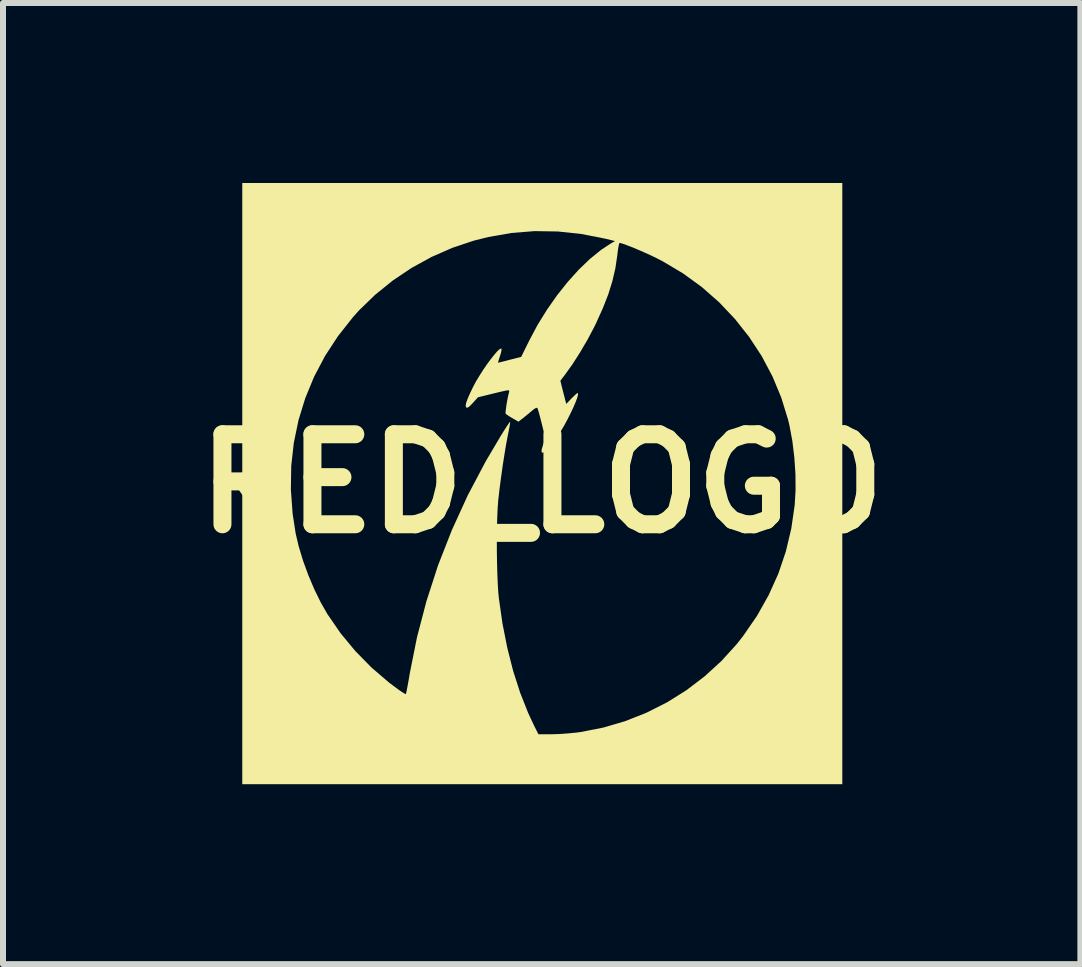
<source format=kicad_pcb>
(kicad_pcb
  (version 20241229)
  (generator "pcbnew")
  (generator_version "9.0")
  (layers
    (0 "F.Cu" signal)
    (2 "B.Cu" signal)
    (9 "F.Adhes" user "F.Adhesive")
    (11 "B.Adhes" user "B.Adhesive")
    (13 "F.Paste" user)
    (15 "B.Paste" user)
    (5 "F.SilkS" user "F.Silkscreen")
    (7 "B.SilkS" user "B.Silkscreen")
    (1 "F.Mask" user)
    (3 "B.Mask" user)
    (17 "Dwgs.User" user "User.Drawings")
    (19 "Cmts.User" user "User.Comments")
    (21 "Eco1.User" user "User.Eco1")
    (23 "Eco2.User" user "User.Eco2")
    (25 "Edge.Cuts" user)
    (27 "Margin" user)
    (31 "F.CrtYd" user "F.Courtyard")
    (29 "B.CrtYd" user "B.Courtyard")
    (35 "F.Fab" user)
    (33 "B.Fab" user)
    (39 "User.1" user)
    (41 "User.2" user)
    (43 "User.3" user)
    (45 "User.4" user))
  (footprint "RED_LOGO"
    (layer "F.Cu")
    (at 5.979 5.01)
    (property "Reference" "RED_LOGO" (at 0 0 0) (layer "F.SilkS") (effects (font (size 1.5 1.5) (thickness 0.3))))
    (attr board_only exclude_from_pos_files exclude_from_bom)
    (fp_poly (pts (xy 5.01 0) (xy 5.01 5.01) (xy 0.009 5.01) (xy -4.991 5.01) (xy -4.991 0.1) (xy -4.181 0.1) (xy -4.152 0.5) (xy -4.101 0.832) (xy -4.05 1.048) (xy -3.979 1.282) (xy -3.892 1.521) (xy -3.792 1.758) (xy -3.684 1.979) (xy -3.572 2.176) (xy -3.568 2.181) (xy -3.352 2.495) (xy -3.106 2.792) (xy -2.835 3.068) (xy -2.544 3.317) (xy -2.396 3.428) (xy -2.338 3.468) (xy -2.293 3.496) (xy -2.267 3.509) (xy -2.264 3.509) (xy -2.259 3.489) (xy -2.248 3.438) (xy -2.234 3.363) (xy -2.217 3.27) (xy -2.201 3.173) (xy -2.079 2.562) (xy -1.921 1.959) (xy -1.728 1.363) (xy -1.498 0.776) (xy -1.234 0.198) (xy -0.934 -0.37) (xy -0.679 -0.801) (xy -0.628 -0.883) (xy -0.584 -0.951) (xy -0.55 -1.002) (xy -0.53 -1.028) (xy -0.526 -1.031) (xy -0.527 -1.012) (xy -0.534 -0.963) (xy -0.547 -0.893) (xy -0.564 -0.808) (xy -0.565 -0.804) (xy -0.592 -0.662) (xy -0.62 -0.493) (xy -0.649 -0.308) (xy -0.676 -0.116) (xy -0.701 0.072) (xy -0.721 0.246) (xy -0.725 0.277) (xy -0.734 0.401) (xy -0.741 0.553) (xy -0.746 0.728) (xy -0.748 0.916) (xy -0.748 1.112) (xy -0.745 1.307) (xy -0.74 1.493) (xy -0.733 1.664) (xy -0.724 1.812) (xy -0.714 1.913) (xy -0.654 2.333) (xy -0.574 2.737) (xy -0.476 3.123) (xy -0.359 3.487) (xy -0.226 3.823) (xy -0.129 4.031) (xy -0.055 4.178) (xy 0.171 4.178) (xy 0.296 4.174) (xy 0.438 4.164) (xy 0.579 4.15) (xy 0.648 4.141) (xy 1.025 4.067) (xy 1.393 3.959) (xy 1.748 3.818) (xy 2.089 3.646) (xy 2.412 3.444) (xy 2.715 3.213) (xy 2.996 2.956) (xy 3.252 2.674) (xy 3.357 2.54) (xy 3.588 2.205) (xy 3.783 1.858) (xy 3.944 1.501) (xy 4.069 1.131) (xy 4.16 0.748) (xy 4.216 0.36) (xy 4.231 0.11) (xy 4.229 -0.16) (xy 4.21 -0.438) (xy 4.177 -0.712) (xy 4.129 -0.969) (xy 4.106 -1.065) (xy 3.993 -1.432) (xy 3.846 -1.786) (xy 3.667 -2.124) (xy 3.458 -2.443) (xy 3.221 -2.743) (xy 2.958 -3.021) (xy 2.669 -3.275) (xy 2.357 -3.502) (xy 2.023 -3.701) (xy 1.913 -3.758) (xy 1.822 -3.802) (xy 1.721 -3.848) (xy 1.618 -3.893) (xy 1.519 -3.935) (xy 1.43 -3.969) (xy 1.359 -3.995) (xy 1.311 -4.01) (xy 1.298 -4.011) (xy 1.289 -3.994) (xy 1.279 -3.948) (xy 1.268 -3.879) (xy 1.26 -3.808) (xy 1.228 -3.591) (xy 1.178 -3.375) (xy 1.109 -3.153) (xy 1.017 -2.919) (xy 0.903 -2.667) (xy 0.878 -2.616) (xy 0.766 -2.403) (xy 0.641 -2.19) (xy 0.512 -1.988) (xy 0.394 -1.823) (xy 0.311 -1.714) (xy 0.341 -1.592) (xy 0.36 -1.516) (xy 0.379 -1.444) (xy 0.39 -1.399) (xy 0.409 -1.328) (xy 0.501 -1.424) (xy 0.547 -1.469) (xy 0.583 -1.501) (xy 0.602 -1.511) (xy 0.603 -1.511) (xy 0.605 -1.484) (xy 0.592 -1.431) (xy 0.565 -1.358) (xy 0.527 -1.269) (xy 0.48 -1.17) (xy 0.428 -1.067) (xy 0.373 -0.965) (xy 0.316 -0.87) (xy 0.286 -0.823) (xy 0.209 -0.713) (xy 0.142 -0.626) (xy 0.086 -0.563) (xy 0.041 -0.525) (xy 0.011 -0.513) (xy -0.003 -0.528) (xy 0.000002 -0.571) (xy 0.021 -0.641) (xy 0.061 -0.753) (xy 0.000302 -1) (xy -0.023 -1.092) (xy -0.044 -1.17) (xy -0.061 -1.229) (xy -0.073 -1.26) (xy -0.074 -1.263) (xy -0.095 -1.261) (xy -0.132 -1.239) (xy -0.16 -1.216) (xy -0.22 -1.165) (xy -0.287 -1.111) (xy -0.309 -1.093) (xy -0.388 -1.032) (xy -0.489 -1.09) (xy -0.544 -1.123) (xy -0.585 -1.151) (xy -0.602 -1.166) (xy -0.603 -1.19) (xy -0.597 -1.241) (xy -0.588 -1.309) (xy -0.575 -1.385) (xy -0.56 -1.459) (xy -0.545 -1.523) (xy -0.544 -1.528) (xy -0.541 -1.543) (xy -0.545 -1.552) (xy -0.561 -1.555) (xy -0.596 -1.55) (xy -0.652 -1.538) (xy -0.737 -1.518) (xy -0.798 -1.503) (xy -1.063 -1.438) (xy -1.149 -1.343) (xy -1.198 -1.292) (xy -1.23 -1.268) (xy -1.251 -1.265) (xy -1.259 -1.27) (xy -1.268 -1.295) (xy -1.261 -1.341) (xy -1.237 -1.409) (xy -1.196 -1.503) (xy -1.145 -1.609) (xy -1.097 -1.7) (xy -1.039 -1.796) (xy -0.977 -1.894) (xy -0.912 -1.989) (xy -0.848 -2.075) (xy -0.789 -2.149) (xy -0.739 -2.207) (xy -0.7 -2.242) (xy -0.675 -2.251) (xy -0.672 -2.25) (xy -0.67 -2.226) (xy -0.679 -2.178) (xy -0.696 -2.125) (xy -0.714 -2.068) (xy -0.726 -2.029) (xy -0.727 -2.015) (xy -0.707 -2.019) (xy -0.659 -2.031) (xy -0.591 -2.048) (xy -0.531 -2.064) (xy -0.342 -2.112) (xy -0.208 -2.384) (xy -0.069 -2.645) (xy 0.087 -2.897) (xy 0.255 -3.137) (xy 0.433 -3.361) (xy 0.617 -3.565) (xy 0.803 -3.744) (xy 0.988 -3.894) (xy 1.142 -3.996) (xy 1.221 -4.042) (xy 1.059 -4.082) (xy 0.661 -4.16) (xy 0.269 -4.202) (xy -0.119 -4.208) (xy -0.504 -4.177) (xy -0.889 -4.11) (xy -1.132 -4.049) (xy -1.488 -3.93) (xy -1.835 -3.778) (xy -2.167 -3.596) (xy -2.482 -3.385) (xy -2.775 -3.148) (xy -3.043 -2.889) (xy -3.146 -2.774) (xy -3.396 -2.457) (xy -3.612 -2.126) (xy -3.794 -1.781) (xy -3.941 -1.424) (xy -4.054 -1.056) (xy -4.132 -0.679) (xy -4.175 -0.293) (xy -4.181 0.1) (xy -4.991 0.1) (xy -4.991 0) (xy -4.991 -5.01) (xy 0.009 -5.01) (xy 5.01 -5.01)) (stroke (width 0) (type solid)) (fill yes) (layer "F.SilkS")))
  (gr_rect
    (start -3 -3)
    (end 14.957 13.02)
    (stroke (width 0.1) (type default))
    (fill no)
    (layer "Edge.Cuts")))
</source>
